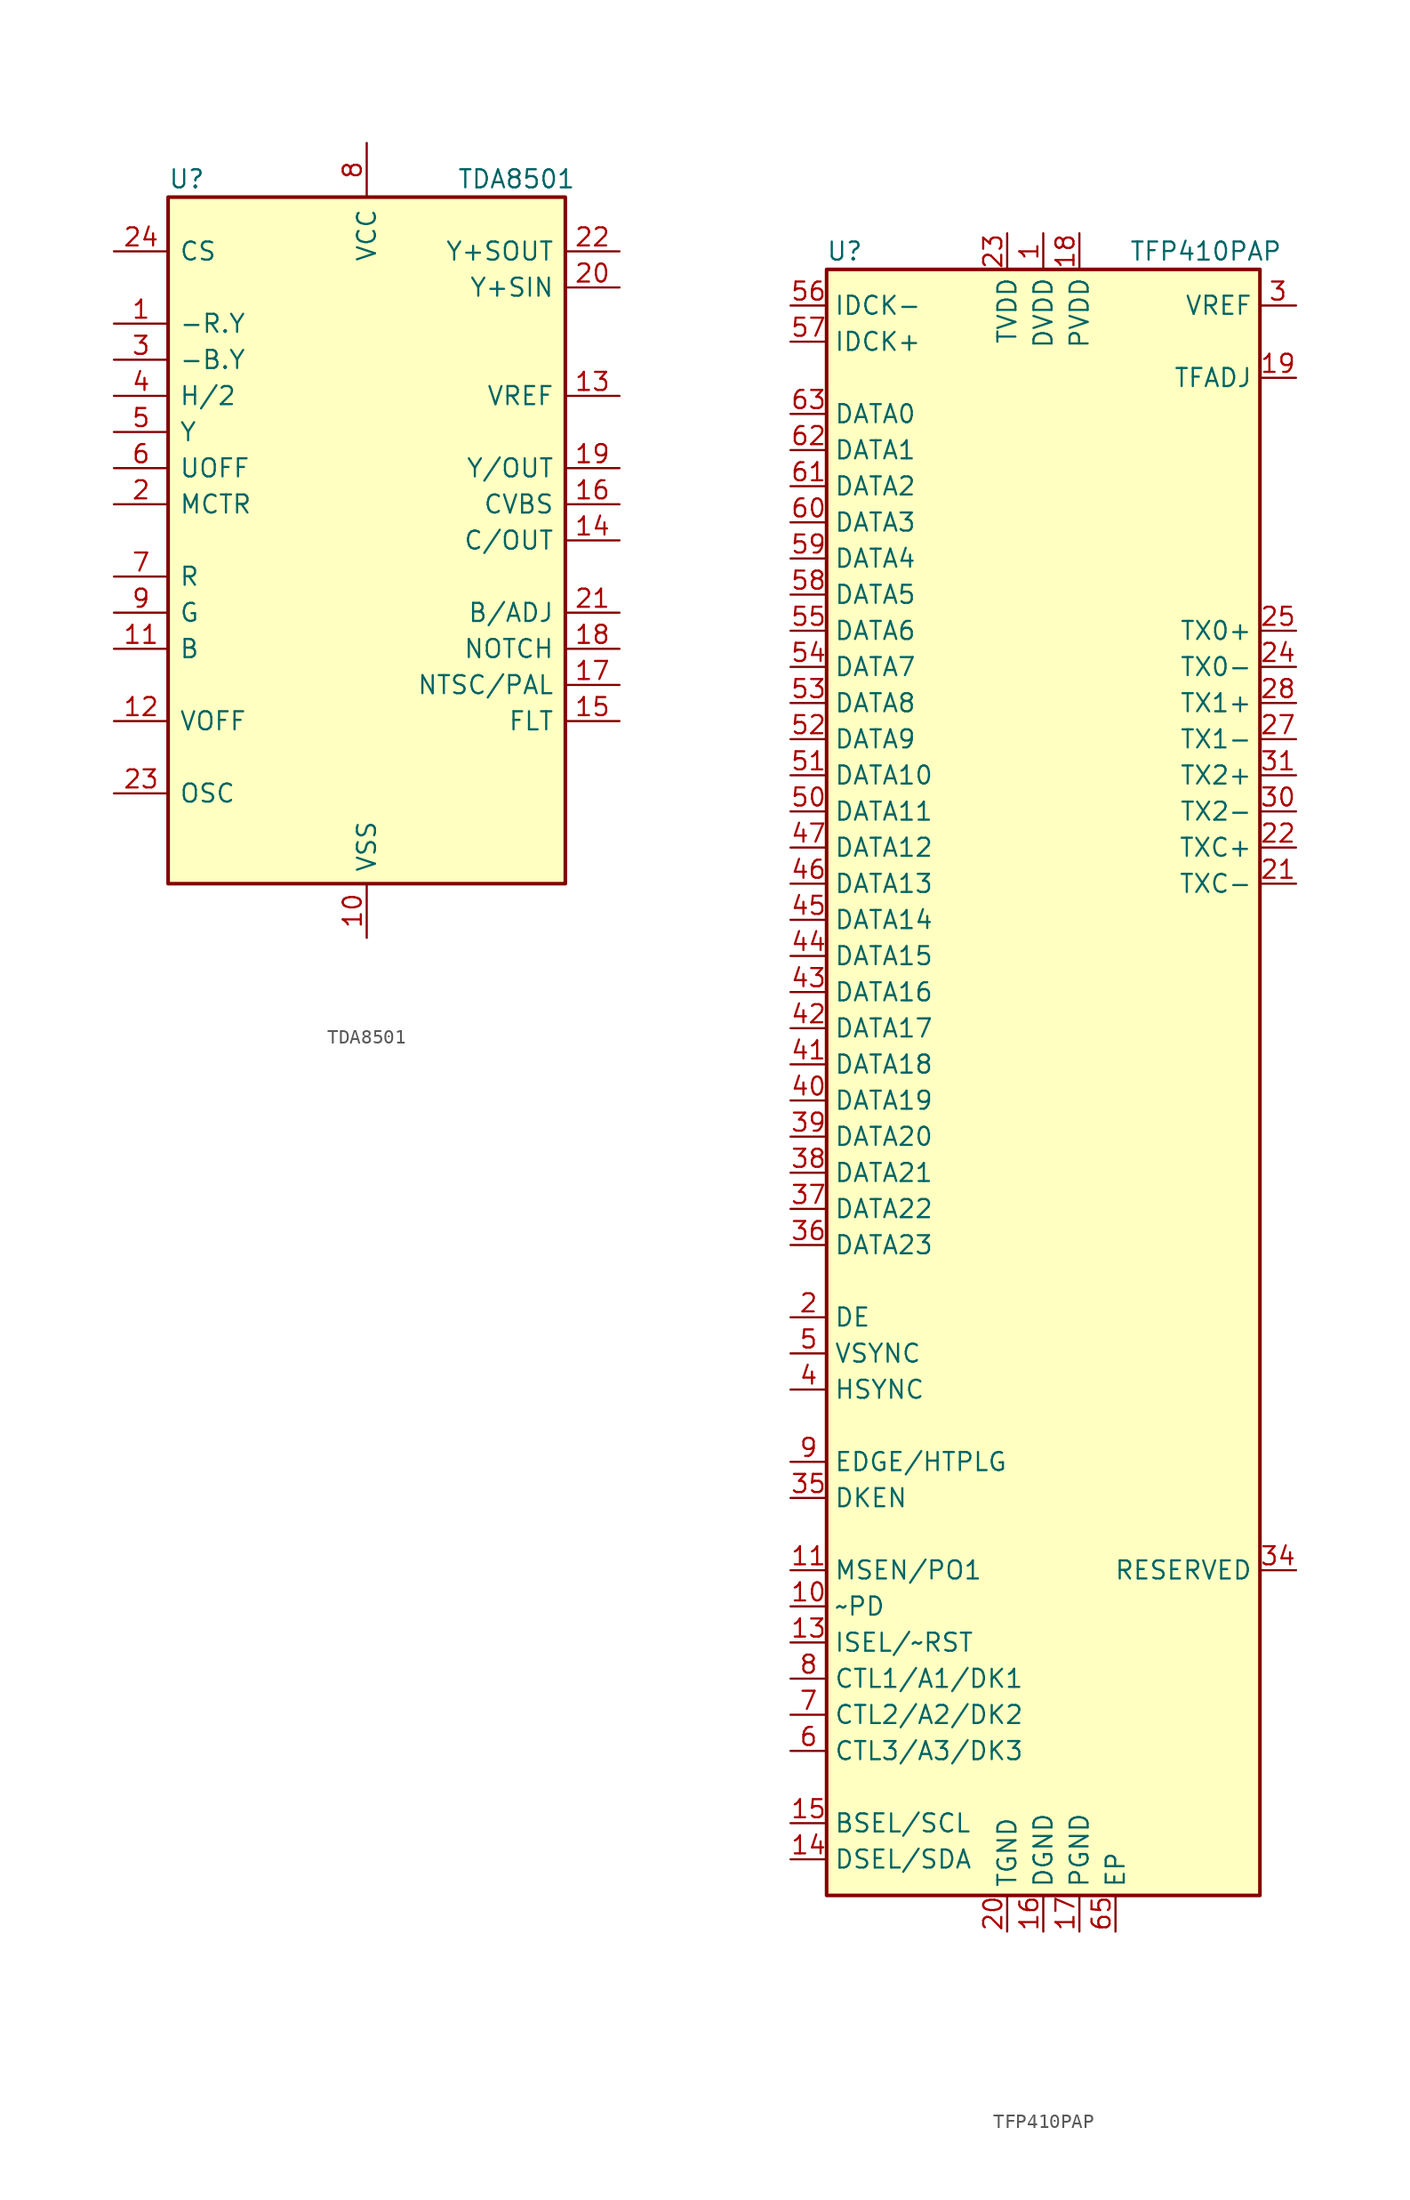
<source format=kicad_sym>
(kicad_symbol_lib
  (version 20231120)
  (generator "kicad_symbol_editor")
  (generator_version "8.0")
  (symbol "TDA8501"
    (pin_names
      (offset 0.762))
    (property "Reference" "U"
      (at -13.97 25.4 0)
      (effects (font (size 1.27 1.27)) (justify left)))
    (property "Value" "TDA8501"
      (at 6.35 25.4 0)
      (effects (font (size 1.27 1.27)) (justify left)))
    (symbol "TDA8501_0_1"
      (rectangle (start -13.97 24.13) (end 13.97 -24.13) (stroke (width 0.254) (type default)) (fill (type background))))
    (symbol "TDA8501_1_1"
      (pin input line (at -17.78 15.24 0) (length 3.81) (name "-R.Y" (effects (font (size 1.27 1.27)))) (number "1" (effects (font (size 1.27 1.27)))))
      (pin power_in line (at 0 -27.94 90) (length 3.81) (name "VSS" (effects (font (size 1.27 1.27)))) (number "10" (effects (font (size 1.27 1.27)))))
      (pin input line (at -17.78 -7.62 0) (length 3.81) (name "B" (effects (font (size 1.27 1.27)))) (number "11" (effects (font (size 1.27 1.27)))))
      (pin output line (at -17.78 -12.7 0) (length 3.81) (name "VOFF" (effects (font (size 1.27 1.27)))) (number "12" (effects (font (size 1.27 1.27)))))
      (pin passive line (at 17.78 10.16 180) (length 3.81) (name "VREF" (effects (font (size 1.27 1.27)))) (number "13" (effects (font (size 1.27 1.27)))))
      (pin output line (at 17.78 0 180) (length 3.81) (name "C/OUT" (effects (font (size 1.27 1.27)))) (number "14" (effects (font (size 1.27 1.27)))))
      (pin passive line (at 17.78 -12.7 180) (length 3.81) (name "FLT" (effects (font (size 1.27 1.27)))) (number "15" (effects (font (size 1.27 1.27)))))
      (pin output line (at 17.78 2.54 180) (length 3.81) (name "CVBS" (effects (font (size 1.27 1.27)))) (number "16" (effects (font (size 1.27 1.27)))))
      (pin input line (at 17.78 -10.16 180) (length 3.81) (name "NTSC/PAL" (effects (font (size 1.27 1.27)))) (number "17" (effects (font (size 1.27 1.27)))))
      (pin input line (at 17.78 -7.62 180) (length 3.81) (name "NOTCH" (effects (font (size 1.27 1.27)))) (number "18" (effects (font (size 1.27 1.27)))))
      (pin output line (at 17.78 5.08 180) (length 3.81) (name "Y/OUT" (effects (font (size 1.27 1.27)))) (number "19" (effects (font (size 1.27 1.27)))))
      (pin input line (at -17.78 2.54 0) (length 3.81) (name "MCTR" (effects (font (size 1.27 1.27)))) (number "2" (effects (font (size 1.27 1.27)))))
      (pin input line (at 17.78 17.78 180) (length 3.81) (name "Y+SIN" (effects (font (size 1.27 1.27)))) (number "20" (effects (font (size 1.27 1.27)))))
      (pin passive line (at 17.78 -5.08 180) (length 3.81) (name "B/ADJ" (effects (font (size 1.27 1.27)))) (number "21" (effects (font (size 1.27 1.27)))))
      (pin output line (at 17.78 20.32 180) (length 3.81) (name "Y+SOUT" (effects (font (size 1.27 1.27)))) (number "22" (effects (font (size 1.27 1.27)))))
      (pin output line (at -17.78 -17.78 0) (length 3.81) (name "OSC" (effects (font (size 1.27 1.27)))) (number "23" (effects (font (size 1.27 1.27)))))
      (pin input line (at -17.78 20.32 0) (length 3.81) (name "CS" (effects (font (size 1.27 1.27)))) (number "24" (effects (font (size 1.27 1.27)))))
      (pin input line (at -17.78 12.7 0) (length 3.81) (name "-B.Y" (effects (font (size 1.27 1.27)))) (number "3" (effects (font (size 1.27 1.27)))))
      (pin bidirectional line (at -17.78 10.16 0) (length 3.81) (name "H/2" (effects (font (size 1.27 1.27)))) (number "4" (effects (font (size 1.27 1.27)))))
      (pin input line (at -17.78 7.62 0) (length 3.81) (name "Y" (effects (font (size 1.27 1.27)))) (number "5" (effects (font (size 1.27 1.27)))))
      (pin output line (at -17.78 5.08 0) (length 3.81) (name "UOFF" (effects (font (size 1.27 1.27)))) (number "6" (effects (font (size 1.27 1.27)))))
      (pin input line (at -17.78 -2.54 0) (length 3.81) (name "R" (effects (font (size 1.27 1.27)))) (number "7" (effects (font (size 1.27 1.27)))))
      (pin power_in line (at 0 27.94 270) (length 3.81) (name "VCC" (effects (font (size 1.27 1.27)))) (number "8" (effects (font (size 1.27 1.27)))))
      (pin input line (at -17.78 -5.08 0) (length 3.81) (name "G" (effects (font (size 1.27 1.27)))) (number "9" (effects (font (size 1.27 1.27)))))))
  (symbol "TFP410PAP"
    (property "Reference" "U"
      (at -13.97 57.15 0)
      (effects (font (size 1.27 1.27))))
    (property "Value" "TFP410PAP"
      (at 11.43 57.15 0)
      (effects (font (size 1.27 1.27))))
    (symbol "TFP410PAP_0_1"
      (rectangle (start -15.24 55.88) (end 15.24 -58.42) (stroke (width 0.254) (type default)) (fill (type background))))
    (symbol "TFP410PAP_1_1"
      (pin power_in line (at 0 58.42 270) (length 2.54) (name "DVDD" (effects (font (size 1.27 1.27)))) (number "1" (effects (font (size 1.27 1.27)))))
      (pin input line (at -17.78 -38.1 0) (length 2.54) (name "~PD" (effects (font (size 1.27 1.27)))) (number "10" (effects (font (size 1.27 1.27)))))
      (pin output line (at -17.78 -35.56 0) (length 2.54) (name "MSEN/PO1" (effects (font (size 1.27 1.27)))) (number "11" (effects (font (size 1.27 1.27)))))
      (pin passive line (at 0 58.42 270) (length 2.54) hide (name "DVDD" (effects (font (size 1.27 1.27)))) (number "12" (effects (font (size 1.27 1.27)))))
      (pin input line (at -17.78 -40.64 0) (length 2.54) (name "ISEL/~RST" (effects (font (size 1.27 1.27)))) (number "13" (effects (font (size 1.27 1.27)))))
      (pin bidirectional line (at -17.78 -55.88 0) (length 2.54) (name "DSEL/SDA" (effects (font (size 1.27 1.27)))) (number "14" (effects (font (size 1.27 1.27)))))
      (pin input line (at -17.78 -53.34 0) (length 2.54) (name "BSEL/SCL" (effects (font (size 1.27 1.27)))) (number "15" (effects (font (size 1.27 1.27)))))
      (pin power_in line (at 0 -60.96 90) (length 2.54) (name "DGND" (effects (font (size 1.27 1.27)))) (number "16" (effects (font (size 1.27 1.27)))))
      (pin power_in line (at 2.54 -60.96 90) (length 2.54) (name "PGND" (effects (font (size 1.27 1.27)))) (number "17" (effects (font (size 1.27 1.27)))))
      (pin power_in line (at 2.54 58.42 270) (length 2.54) (name "PVDD" (effects (font (size 1.27 1.27)))) (number "18" (effects (font (size 1.27 1.27)))))
      (pin input line (at 17.78 48.26 180) (length 2.54) (name "TFADJ" (effects (font (size 1.27 1.27)))) (number "19" (effects (font (size 1.27 1.27)))))
      (pin input line (at -17.78 -17.78 0) (length 2.54) (name "DE" (effects (font (size 1.27 1.27)))) (number "2" (effects (font (size 1.27 1.27)))))
      (pin power_in line (at -2.54 -60.96 90) (length 2.54) (name "TGND" (effects (font (size 1.27 1.27)))) (number "20" (effects (font (size 1.27 1.27)))))
      (pin output line (at 17.78 12.7 180) (length 2.54) (name "TXC-" (effects (font (size 1.27 1.27)))) (number "21" (effects (font (size 1.27 1.27)))))
      (pin output line (at 17.78 15.24 180) (length 2.54) (name "TXC+" (effects (font (size 1.27 1.27)))) (number "22" (effects (font (size 1.27 1.27)))))
      (pin power_in line (at -2.54 58.42 270) (length 2.54) (name "TVDD" (effects (font (size 1.27 1.27)))) (number "23" (effects (font (size 1.27 1.27)))))
      (pin output line (at 17.78 27.94 180) (length 2.54) (name "TX0-" (effects (font (size 1.27 1.27)))) (number "24" (effects (font (size 1.27 1.27)))))
      (pin output line (at 17.78 30.48 180) (length 2.54) (name "TX0+" (effects (font (size 1.27 1.27)))) (number "25" (effects (font (size 1.27 1.27)))))
      (pin passive line (at -2.54 -60.96 90) (length 2.54) hide (name "TGND" (effects (font (size 1.27 1.27)))) (number "26" (effects (font (size 1.27 1.27)))))
      (pin output line (at 17.78 22.86 180) (length 2.54) (name "TX1-" (effects (font (size 1.27 1.27)))) (number "27" (effects (font (size 1.27 1.27)))))
      (pin output line (at 17.78 25.4 180) (length 2.54) (name "TX1+" (effects (font (size 1.27 1.27)))) (number "28" (effects (font (size 1.27 1.27)))))
      (pin passive line (at -2.54 58.42 270) (length 2.54) hide (name "TVDD" (effects (font (size 1.27 1.27)))) (number "29" (effects (font (size 1.27 1.27)))))
      (pin input line (at 17.78 53.34 180) (length 2.54) (name "VREF" (effects (font (size 1.27 1.27)))) (number "3" (effects (font (size 1.27 1.27)))))
      (pin output line (at 17.78 17.78 180) (length 2.54) (name "TX2-" (effects (font (size 1.27 1.27)))) (number "30" (effects (font (size 1.27 1.27)))))
      (pin output line (at 17.78 20.32 180) (length 2.54) (name "TX2+" (effects (font (size 1.27 1.27)))) (number "31" (effects (font (size 1.27 1.27)))))
      (pin passive line (at -2.54 -60.96 90) (length 2.54) hide (name "TGND" (effects (font (size 1.27 1.27)))) (number "32" (effects (font (size 1.27 1.27)))))
      (pin passive line (at 0 58.42 270) (length 2.54) hide (name "DVDD" (effects (font (size 1.27 1.27)))) (number "33" (effects (font (size 1.27 1.27)))))
      (pin input line (at 17.78 -35.56 180) (length 2.54) (name "RESERVED" (effects (font (size 1.27 1.27)))) (number "34" (effects (font (size 1.27 1.27)))))
      (pin input line (at -17.78 -30.48 0) (length 2.54) (name "DKEN" (effects (font (size 1.27 1.27)))) (number "35" (effects (font (size 1.27 1.27)))))
      (pin input line (at -17.78 -12.7 0) (length 2.54) (name "DATA23" (effects (font (size 1.27 1.27)))) (number "36" (effects (font (size 1.27 1.27)))))
      (pin input line (at -17.78 -10.16 0) (length 2.54) (name "DATA22" (effects (font (size 1.27 1.27)))) (number "37" (effects (font (size 1.27 1.27)))))
      (pin input line (at -17.78 -7.62 0) (length 2.54) (name "DATA21" (effects (font (size 1.27 1.27)))) (number "38" (effects (font (size 1.27 1.27)))))
      (pin input line (at -17.78 -5.08 0) (length 2.54) (name "DATA20" (effects (font (size 1.27 1.27)))) (number "39" (effects (font (size 1.27 1.27)))))
      (pin input line (at -17.78 -22.86 0) (length 2.54) (name "HSYNC" (effects (font (size 1.27 1.27)))) (number "4" (effects (font (size 1.27 1.27)))))
      (pin input line (at -17.78 -2.54 0) (length 2.54) (name "DATA19" (effects (font (size 1.27 1.27)))) (number "40" (effects (font (size 1.27 1.27)))))
      (pin input line (at -17.78 0 0) (length 2.54) (name "DATA18" (effects (font (size 1.27 1.27)))) (number "41" (effects (font (size 1.27 1.27)))))
      (pin input line (at -17.78 2.54 0) (length 2.54) (name "DATA17" (effects (font (size 1.27 1.27)))) (number "42" (effects (font (size 1.27 1.27)))))
      (pin input line (at -17.78 5.08 0) (length 2.54) (name "DATA16" (effects (font (size 1.27 1.27)))) (number "43" (effects (font (size 1.27 1.27)))))
      (pin input line (at -17.78 7.62 0) (length 2.54) (name "DATA15" (effects (font (size 1.27 1.27)))) (number "44" (effects (font (size 1.27 1.27)))))
      (pin input line (at -17.78 10.16 0) (length 2.54) (name "DATA14" (effects (font (size 1.27 1.27)))) (number "45" (effects (font (size 1.27 1.27)))))
      (pin input line (at -17.78 12.7 0) (length 2.54) (name "DATA13" (effects (font (size 1.27 1.27)))) (number "46" (effects (font (size 1.27 1.27)))))
      (pin input line (at -17.78 15.24 0) (length 2.54) (name "DATA12" (effects (font (size 1.27 1.27)))) (number "47" (effects (font (size 1.27 1.27)))))
      (pin passive line (at 0 -60.96 90) (length 2.54) hide (name "DGND" (effects (font (size 1.27 1.27)))) (number "48" (effects (font (size 1.27 1.27)))))
      (pin no_connect line (at 15.24 -33.02 180) (length 2.54) hide (name "NC" (effects (font (size 1.27 1.27)))) (number "49" (effects (font (size 1.27 1.27)))))
      (pin input line (at -17.78 -20.32 0) (length 2.54) (name "VSYNC" (effects (font (size 1.27 1.27)))) (number "5" (effects (font (size 1.27 1.27)))))
      (pin input line (at -17.78 17.78 0) (length 2.54) (name "DATA11" (effects (font (size 1.27 1.27)))) (number "50" (effects (font (size 1.27 1.27)))))
      (pin input line (at -17.78 20.32 0) (length 2.54) (name "DATA10" (effects (font (size 1.27 1.27)))) (number "51" (effects (font (size 1.27 1.27)))))
      (pin input line (at -17.78 22.86 0) (length 2.54) (name "DATA9" (effects (font (size 1.27 1.27)))) (number "52" (effects (font (size 1.27 1.27)))))
      (pin input line (at -17.78 25.4 0) (length 2.54) (name "DATA8" (effects (font (size 1.27 1.27)))) (number "53" (effects (font (size 1.27 1.27)))))
      (pin input line (at -17.78 27.94 0) (length 2.54) (name "DATA7" (effects (font (size 1.27 1.27)))) (number "54" (effects (font (size 1.27 1.27)))))
      (pin input line (at -17.78 30.48 0) (length 2.54) (name "DATA6" (effects (font (size 1.27 1.27)))) (number "55" (effects (font (size 1.27 1.27)))))
      (pin input line (at -17.78 53.34 0) (length 2.54) (name "IDCK-" (effects (font (size 1.27 1.27)))) (number "56" (effects (font (size 1.27 1.27)))))
      (pin input line (at -17.78 50.8 0) (length 2.54) (name "IDCK+" (effects (font (size 1.27 1.27)))) (number "57" (effects (font (size 1.27 1.27)))))
      (pin input line (at -17.78 33.02 0) (length 2.54) (name "DATA5" (effects (font (size 1.27 1.27)))) (number "58" (effects (font (size 1.27 1.27)))))
      (pin input line (at -17.78 35.56 0) (length 2.54) (name "DATA4" (effects (font (size 1.27 1.27)))) (number "59" (effects (font (size 1.27 1.27)))))
      (pin input line (at -17.78 -48.26 0) (length 2.54) (name "CTL3/A3/DK3" (effects (font (size 1.27 1.27)))) (number "6" (effects (font (size 1.27 1.27)))))
      (pin input line (at -17.78 38.1 0) (length 2.54) (name "DATA3" (effects (font (size 1.27 1.27)))) (number "60" (effects (font (size 1.27 1.27)))))
      (pin input line (at -17.78 40.64 0) (length 2.54) (name "DATA2" (effects (font (size 1.27 1.27)))) (number "61" (effects (font (size 1.27 1.27)))))
      (pin input line (at -17.78 43.18 0) (length 2.54) (name "DATA1" (effects (font (size 1.27 1.27)))) (number "62" (effects (font (size 1.27 1.27)))))
      (pin input line (at -17.78 45.72 0) (length 2.54) (name "DATA0" (effects (font (size 1.27 1.27)))) (number "63" (effects (font (size 1.27 1.27)))))
      (pin passive line (at 0 -60.96 90) (length 2.54) hide (name "DGND" (effects (font (size 1.27 1.27)))) (number "64" (effects (font (size 1.27 1.27)))))
      (pin power_in line (at 5.08 -60.96 90) (length 2.54) (name "EP" (effects (font (size 1.27 1.27)))) (number "65" (effects (font (size 1.27 1.27)))))
      (pin input line (at -17.78 -45.72 0) (length 2.54) (name "CTL2/A2/DK2" (effects (font (size 1.27 1.27)))) (number "7" (effects (font (size 1.27 1.27)))))
      (pin input line (at -17.78 -43.18 0) (length 2.54) (name "CTL1/A1/DK1" (effects (font (size 1.27 1.27)))) (number "8" (effects (font (size 1.27 1.27)))))
      (pin input line (at -17.78 -27.94 0) (length 2.54) (name "EDGE/HTPLG" (effects (font (size 1.27 1.27)))) (number "9" (effects (font (size 1.27 1.27))))))))
</source>
